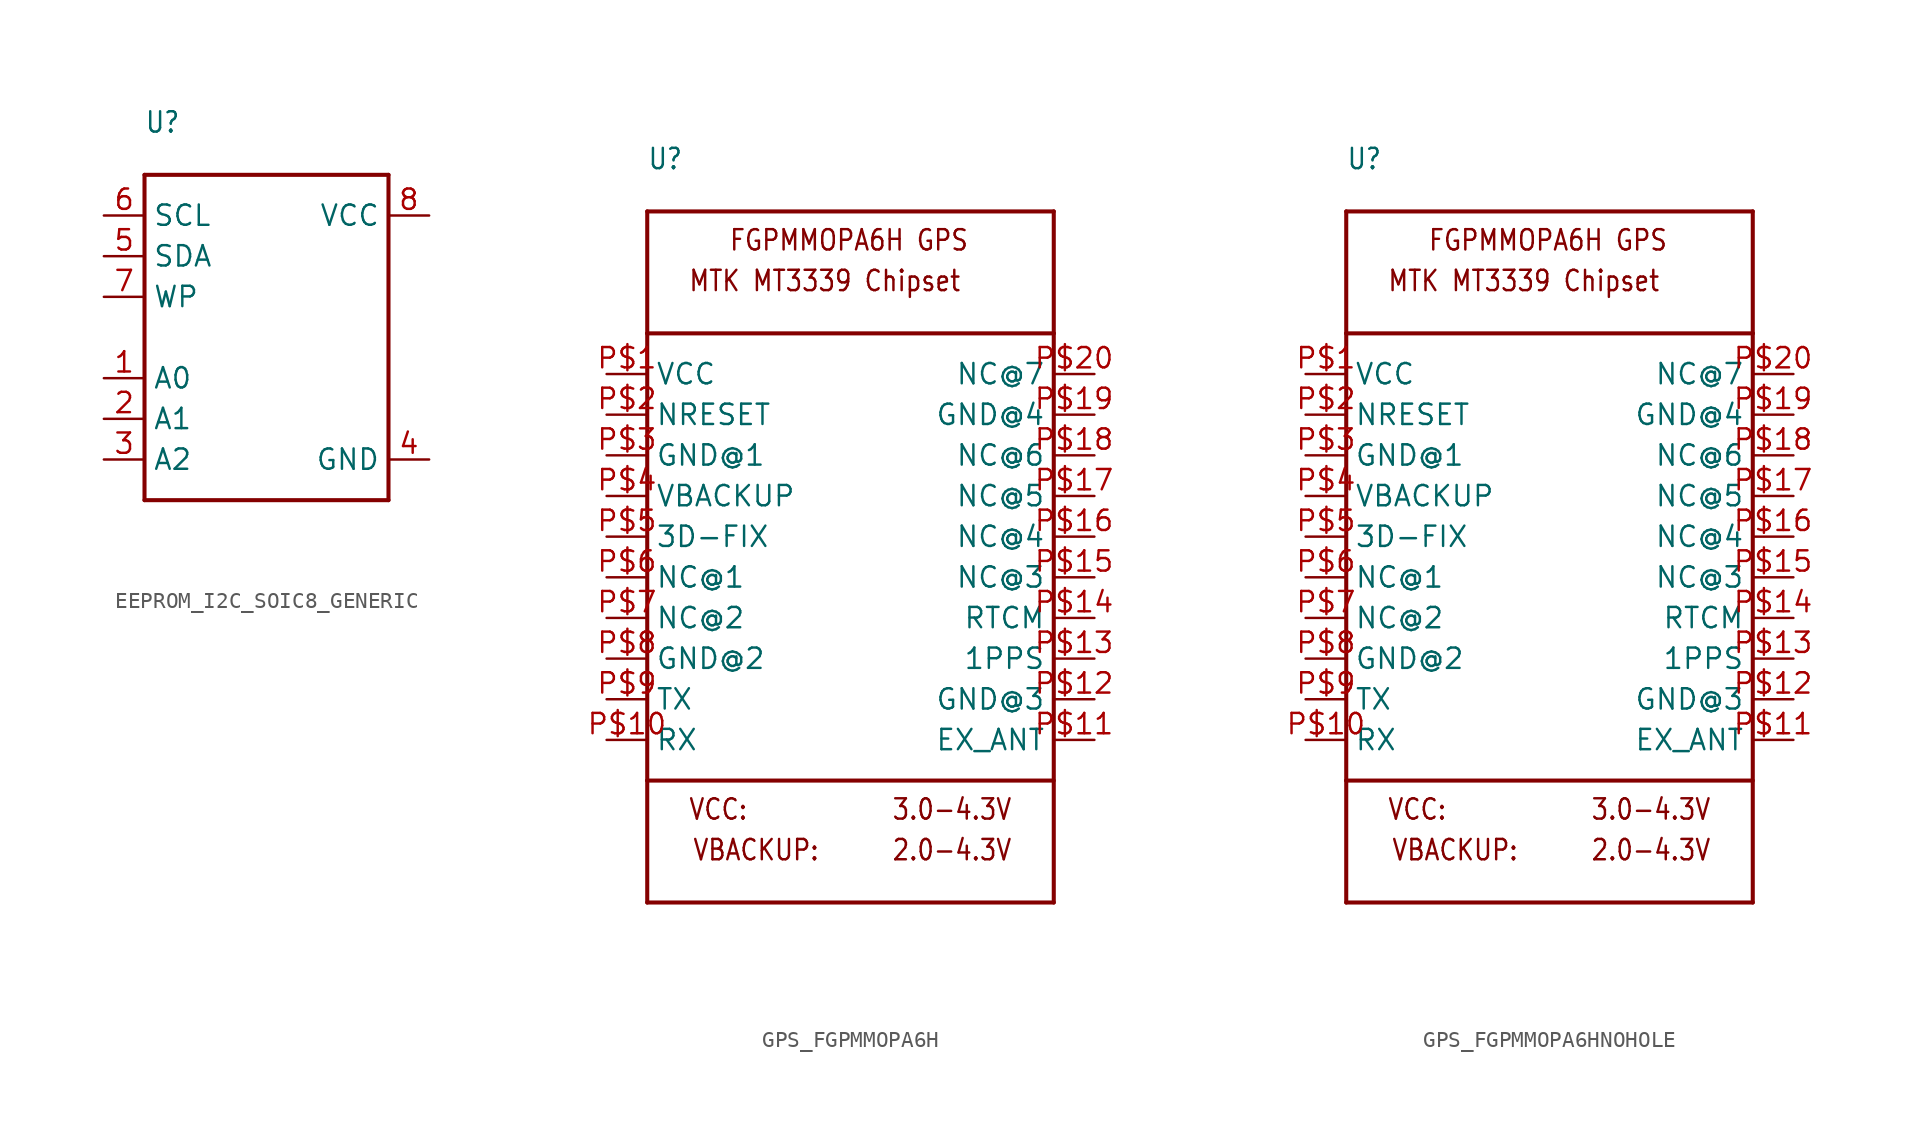
<source format=kicad_sym>
(kicad_symbol_lib
  (version 20220914)
  (generator kicad_symbol_editor)
  (symbol "EEPROM_I2C_SOIC8_GENERIC"
    (property "Reference" "U"
      (at -7.62 12.7 0)
      (effects (font (size 1.27 1.079)) (justify left bottom)))
    (property "Value" ""
      (at -7.62 -12.7 0)
      (effects (font (size 1.27 1.079)) (justify left bottom)))
    (property "ki_locked" ""
      (at 0 0 0)
      (effects (font (size 1.27 1.27))))
    (symbol "EEPROM_I2C_SOIC8_GENERIC_1_0"
      (polyline (pts (xy -7.62 -10.16) (xy -7.62 10.16)) (stroke (width 0.254) (type solid)) (fill (type none)))
      (polyline (pts (xy -7.62 10.16) (xy 7.62 10.16)) (stroke (width 0.254) (type solid)) (fill (type none)))
      (polyline (pts (xy 7.62 -10.16) (xy -7.62 -10.16)) (stroke (width 0.254) (type solid)) (fill (type none)))
      (polyline (pts (xy 7.62 10.16) (xy 7.62 -10.16)) (stroke (width 0.254) (type solid)) (fill (type none)))
      (pin input line (at -10.16 -2.54 0) (length 2.54) (name "A0" (effects (font (size 1.27 1.27)))) (number "1" (effects (font (size 1.27 1.27)))))
      (pin input line (at -10.16 -5.08 0) (length 2.54) (name "A1" (effects (font (size 1.27 1.27)))) (number "2" (effects (font (size 1.27 1.27)))))
      (pin input line (at -10.16 -7.62 0) (length 2.54) (name "A2" (effects (font (size 1.27 1.27)))) (number "3" (effects (font (size 1.27 1.27)))))
      (pin power_in line (at 10.16 -7.62 180) (length 2.54) (name "GND" (effects (font (size 1.27 1.27)))) (number "4" (effects (font (size 1.27 1.27)))))
      (pin bidirectional line (at -10.16 5.08 0) (length 2.54) (name "SDA" (effects (font (size 1.27 1.27)))) (number "5" (effects (font (size 1.27 1.27)))))
      (pin input line (at -10.16 7.62 0) (length 2.54) (name "SCL" (effects (font (size 1.27 1.27)))) (number "6" (effects (font (size 1.27 1.27)))))
      (pin input line (at -10.16 2.54 0) (length 2.54) (name "WP" (effects (font (size 1.27 1.27)))) (number "7" (effects (font (size 1.27 1.27)))))
      (pin power_in line (at 10.16 7.62 180) (length 2.54) (name "VCC" (effects (font (size 1.27 1.27)))) (number "8" (effects (font (size 1.27 1.27)))))))
  (symbol "GPS_FGPMMOPA6H"
    (property "Reference" "U"
      (at -12.7 22.86 0)
      (effects (font (size 1.27 1.079)) (justify left bottom)))
    (property "Value" ""
      (at -12.7 -25.4 0)
      (effects (font (size 1.27 1.079)) (justify left bottom)))
    (property "ki_locked" ""
      (at 0 0 0)
      (effects (font (size 1.27 1.27))))
    (symbol "GPS_FGPMMOPA6H_1_0"
      (polyline (pts (xy -12.7 -22.86) (xy -12.7 -15.24)) (stroke (width 0.254) (type solid)) (fill (type none)))
      (polyline (pts (xy -12.7 -15.24) (xy -12.7 12.7)) (stroke (width 0.254) (type solid)) (fill (type none)))
      (polyline (pts (xy -12.7 -15.24) (xy 12.7 -15.24)) (stroke (width 0.254) (type solid)) (fill (type none)))
      (polyline (pts (xy -12.7 12.7) (xy -12.7 20.32)) (stroke (width 0.254) (type solid)) (fill (type none)))
      (polyline (pts (xy -12.7 12.7) (xy 12.7 12.7)) (stroke (width 0.254) (type solid)) (fill (type none)))
      (polyline (pts (xy -12.7 20.32) (xy 12.7 20.32)) (stroke (width 0.254) (type solid)) (fill (type none)))
      (polyline (pts (xy 12.7 -22.86) (xy -12.7 -22.86)) (stroke (width 0.254) (type solid)) (fill (type none)))
      (polyline (pts (xy 12.7 12.7) (xy 12.7 -22.86)) (stroke (width 0.254) (type solid)) (fill (type none)))
      (polyline (pts (xy 12.7 20.32) (xy 12.7 12.7)) (stroke (width 0.254) (type solid)) (fill (type none)))
      (text "2.0-4.3V" (at 2.54 -20.32 0) (effects (font (size 1.27 1.079)) (justify left bottom)))
      (text "3.0-4.3V" (at 2.54 -17.78 0) (effects (font (size 1.27 1.079)) (justify left bottom)))
      (text "FGPMMOPA6H GPS" (at -7.62 17.78 0) (effects (font (size 1.27 1.079)) (justify left bottom)))
      (text "MTK MT3339 Chipset" (at -10.16 15.24 0) (effects (font (size 1.27 1.079)) (justify left bottom)))
      (text "VBACKUP:" (at -9.906 -20.32 0) (effects (font (size 1.27 1.079)) (justify left bottom)))
      (text "VCC:" (at -10.16 -17.78 0) (effects (font (size 1.27 1.079)) (justify left bottom)))
      (pin bidirectional line (at -15.24 10.16 0) (length 2.54) (name "VCC" (effects (font (size 1.27 1.27)))) (number "P$1" (effects (font (size 1.27 1.27)))))
      (pin bidirectional line (at -15.24 -12.7 0) (length 2.54) (name "RX" (effects (font (size 1.27 1.27)))) (number "P$10" (effects (font (size 1.27 1.27)))))
      (pin bidirectional line (at 15.24 -12.7 180) (length 2.54) (name "EX_ANT" (effects (font (size 1.27 1.27)))) (number "P$11" (effects (font (size 1.27 1.27)))))
      (pin bidirectional line (at 15.24 -10.16 180) (length 2.54) (name "GND@3" (effects (font (size 1.27 1.27)))) (number "P$12" (effects (font (size 1.27 1.27)))))
      (pin bidirectional line (at 15.24 -7.62 180) (length 2.54) (name "1PPS" (effects (font (size 1.27 1.27)))) (number "P$13" (effects (font (size 1.27 1.27)))))
      (pin bidirectional line (at 15.24 -5.08 180) (length 2.54) (name "RTCM" (effects (font (size 1.27 1.27)))) (number "P$14" (effects (font (size 1.27 1.27)))))
      (pin bidirectional line (at 15.24 -2.54 180) (length 2.54) (name "NC@3" (effects (font (size 1.27 1.27)))) (number "P$15" (effects (font (size 1.27 1.27)))))
      (pin bidirectional line (at 15.24 0 180) (length 2.54) (name "NC@4" (effects (font (size 1.27 1.27)))) (number "P$16" (effects (font (size 1.27 1.27)))))
      (pin bidirectional line (at 15.24 2.54 180) (length 2.54) (name "NC@5" (effects (font (size 1.27 1.27)))) (number "P$17" (effects (font (size 1.27 1.27)))))
      (pin bidirectional line (at 15.24 5.08 180) (length 2.54) (name "NC@6" (effects (font (size 1.27 1.27)))) (number "P$18" (effects (font (size 1.27 1.27)))))
      (pin bidirectional line (at 15.24 7.62 180) (length 2.54) (name "GND@4" (effects (font (size 1.27 1.27)))) (number "P$19" (effects (font (size 1.27 1.27)))))
      (pin bidirectional line (at -15.24 7.62 0) (length 2.54) (name "NRESET" (effects (font (size 1.27 1.27)))) (number "P$2" (effects (font (size 1.27 1.27)))))
      (pin bidirectional line (at 15.24 10.16 180) (length 2.54) (name "NC@7" (effects (font (size 1.27 1.27)))) (number "P$20" (effects (font (size 1.27 1.27)))))
      (pin bidirectional line (at -15.24 5.08 0) (length 2.54) (name "GND@1" (effects (font (size 1.27 1.27)))) (number "P$3" (effects (font (size 1.27 1.27)))))
      (pin bidirectional line (at -15.24 2.54 0) (length 2.54) (name "VBACKUP" (effects (font (size 1.27 1.27)))) (number "P$4" (effects (font (size 1.27 1.27)))))
      (pin bidirectional line (at -15.24 0 0) (length 2.54) (name "3D-FIX" (effects (font (size 1.27 1.27)))) (number "P$5" (effects (font (size 1.27 1.27)))))
      (pin bidirectional line (at -15.24 -2.54 0) (length 2.54) (name "NC@1" (effects (font (size 1.27 1.27)))) (number "P$6" (effects (font (size 1.27 1.27)))))
      (pin bidirectional line (at -15.24 -5.08 0) (length 2.54) (name "NC@2" (effects (font (size 1.27 1.27)))) (number "P$7" (effects (font (size 1.27 1.27)))))
      (pin bidirectional line (at -15.24 -7.62 0) (length 2.54) (name "GND@2" (effects (font (size 1.27 1.27)))) (number "P$8" (effects (font (size 1.27 1.27)))))
      (pin bidirectional line (at -15.24 -10.16 0) (length 2.54) (name "TX" (effects (font (size 1.27 1.27)))) (number "P$9" (effects (font (size 1.27 1.27)))))))
  (symbol "GPS_FGPMMOPA6HNOHOLE"
    (property "Reference" "U"
      (at -12.7 22.86 0)
      (effects (font (size 1.27 1.079)) (justify left bottom)))
    (property "Value" ""
      (at -12.7 -25.4 0)
      (effects (font (size 1.27 1.079)) (justify left bottom)))
    (property "ki_locked" ""
      (at 0 0 0)
      (effects (font (size 1.27 1.27))))
    (symbol "GPS_FGPMMOPA6HNOHOLE_1_0"
      (polyline (pts (xy -12.7 -22.86) (xy -12.7 -15.24)) (stroke (width 0.254) (type solid)) (fill (type none)))
      (polyline (pts (xy -12.7 -15.24) (xy -12.7 12.7)) (stroke (width 0.254) (type solid)) (fill (type none)))
      (polyline (pts (xy -12.7 -15.24) (xy 12.7 -15.24)) (stroke (width 0.254) (type solid)) (fill (type none)))
      (polyline (pts (xy -12.7 12.7) (xy -12.7 20.32)) (stroke (width 0.254) (type solid)) (fill (type none)))
      (polyline (pts (xy -12.7 12.7) (xy 12.7 12.7)) (stroke (width 0.254) (type solid)) (fill (type none)))
      (polyline (pts (xy -12.7 20.32) (xy 12.7 20.32)) (stroke (width 0.254) (type solid)) (fill (type none)))
      (polyline (pts (xy 12.7 -22.86) (xy -12.7 -22.86)) (stroke (width 0.254) (type solid)) (fill (type none)))
      (polyline (pts (xy 12.7 12.7) (xy 12.7 -22.86)) (stroke (width 0.254) (type solid)) (fill (type none)))
      (polyline (pts (xy 12.7 20.32) (xy 12.7 12.7)) (stroke (width 0.254) (type solid)) (fill (type none)))
      (text "2.0-4.3V" (at 2.54 -20.32 0) (effects (font (size 1.27 1.079)) (justify left bottom)))
      (text "3.0-4.3V" (at 2.54 -17.78 0) (effects (font (size 1.27 1.079)) (justify left bottom)))
      (text "FGPMMOPA6H GPS" (at -7.62 17.78 0) (effects (font (size 1.27 1.079)) (justify left bottom)))
      (text "MTK MT3339 Chipset" (at -10.16 15.24 0) (effects (font (size 1.27 1.079)) (justify left bottom)))
      (text "VBACKUP:" (at -9.906 -20.32 0) (effects (font (size 1.27 1.079)) (justify left bottom)))
      (text "VCC:" (at -10.16 -17.78 0) (effects (font (size 1.27 1.079)) (justify left bottom)))
      (pin bidirectional line (at -15.24 10.16 0) (length 2.54) (name "VCC" (effects (font (size 1.27 1.27)))) (number "P$1" (effects (font (size 1.27 1.27)))))
      (pin bidirectional line (at -15.24 -12.7 0) (length 2.54) (name "RX" (effects (font (size 1.27 1.27)))) (number "P$10" (effects (font (size 1.27 1.27)))))
      (pin bidirectional line (at 15.24 -12.7 180) (length 2.54) (name "EX_ANT" (effects (font (size 1.27 1.27)))) (number "P$11" (effects (font (size 1.27 1.27)))))
      (pin bidirectional line (at 15.24 -10.16 180) (length 2.54) (name "GND@3" (effects (font (size 1.27 1.27)))) (number "P$12" (effects (font (size 1.27 1.27)))))
      (pin bidirectional line (at 15.24 -7.62 180) (length 2.54) (name "1PPS" (effects (font (size 1.27 1.27)))) (number "P$13" (effects (font (size 1.27 1.27)))))
      (pin bidirectional line (at 15.24 -5.08 180) (length 2.54) (name "RTCM" (effects (font (size 1.27 1.27)))) (number "P$14" (effects (font (size 1.27 1.27)))))
      (pin bidirectional line (at 15.24 -2.54 180) (length 2.54) (name "NC@3" (effects (font (size 1.27 1.27)))) (number "P$15" (effects (font (size 1.27 1.27)))))
      (pin bidirectional line (at 15.24 0 180) (length 2.54) (name "NC@4" (effects (font (size 1.27 1.27)))) (number "P$16" (effects (font (size 1.27 1.27)))))
      (pin bidirectional line (at 15.24 2.54 180) (length 2.54) (name "NC@5" (effects (font (size 1.27 1.27)))) (number "P$17" (effects (font (size 1.27 1.27)))))
      (pin bidirectional line (at 15.24 5.08 180) (length 2.54) (name "NC@6" (effects (font (size 1.27 1.27)))) (number "P$18" (effects (font (size 1.27 1.27)))))
      (pin bidirectional line (at 15.24 7.62 180) (length 2.54) (name "GND@4" (effects (font (size 1.27 1.27)))) (number "P$19" (effects (font (size 1.27 1.27)))))
      (pin bidirectional line (at -15.24 7.62 0) (length 2.54) (name "NRESET" (effects (font (size 1.27 1.27)))) (number "P$2" (effects (font (size 1.27 1.27)))))
      (pin bidirectional line (at 15.24 10.16 180) (length 2.54) (name "NC@7" (effects (font (size 1.27 1.27)))) (number "P$20" (effects (font (size 1.27 1.27)))))
      (pin bidirectional line (at -15.24 5.08 0) (length 2.54) (name "GND@1" (effects (font (size 1.27 1.27)))) (number "P$3" (effects (font (size 1.27 1.27)))))
      (pin bidirectional line (at -15.24 2.54 0) (length 2.54) (name "VBACKUP" (effects (font (size 1.27 1.27)))) (number "P$4" (effects (font (size 1.27 1.27)))))
      (pin bidirectional line (at -15.24 0 0) (length 2.54) (name "3D-FIX" (effects (font (size 1.27 1.27)))) (number "P$5" (effects (font (size 1.27 1.27)))))
      (pin bidirectional line (at -15.24 -2.54 0) (length 2.54) (name "NC@1" (effects (font (size 1.27 1.27)))) (number "P$6" (effects (font (size 1.27 1.27)))))
      (pin bidirectional line (at -15.24 -5.08 0) (length 2.54) (name "NC@2" (effects (font (size 1.27 1.27)))) (number "P$7" (effects (font (size 1.27 1.27)))))
      (pin bidirectional line (at -15.24 -7.62 0) (length 2.54) (name "GND@2" (effects (font (size 1.27 1.27)))) (number "P$8" (effects (font (size 1.27 1.27)))))
      (pin bidirectional line (at -15.24 -10.16 0) (length 2.54) (name "TX" (effects (font (size 1.27 1.27)))) (number "P$9" (effects (font (size 1.27 1.27))))))))
</source>
